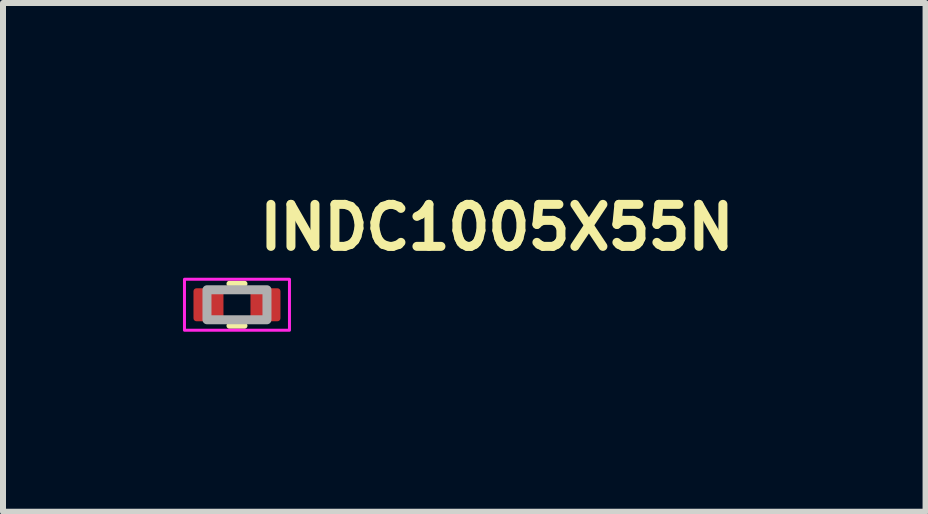
<source format=kicad_pcb>
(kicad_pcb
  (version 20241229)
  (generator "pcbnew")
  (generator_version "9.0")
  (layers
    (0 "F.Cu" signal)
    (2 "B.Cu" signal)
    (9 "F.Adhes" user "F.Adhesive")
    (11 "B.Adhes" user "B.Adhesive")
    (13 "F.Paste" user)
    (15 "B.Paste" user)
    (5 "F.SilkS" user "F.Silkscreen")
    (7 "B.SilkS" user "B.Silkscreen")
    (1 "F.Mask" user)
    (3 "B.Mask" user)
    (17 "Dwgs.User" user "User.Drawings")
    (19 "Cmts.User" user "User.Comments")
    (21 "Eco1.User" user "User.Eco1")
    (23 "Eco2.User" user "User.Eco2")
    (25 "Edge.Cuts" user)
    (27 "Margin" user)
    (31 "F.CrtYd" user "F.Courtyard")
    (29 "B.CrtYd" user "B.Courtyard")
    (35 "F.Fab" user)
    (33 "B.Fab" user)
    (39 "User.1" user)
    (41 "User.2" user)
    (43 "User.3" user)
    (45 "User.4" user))
  (footprint "INDC1005X55N"
    (layer "F.Cu")
    (at 0.9 2.03)
    (property "Reference" "INDC1005X55N" (at 0.301 -0.88 0) (layer "F.SilkS") (effects (font (size 0.7 0.7) (thickness 0.15)) (justify left bottom)))
    (attr smd)
    (fp_line (start -0.125 -0.35) (end 0.125 -0.35) (stroke (width 0.1) (type solid)) (layer "F.SilkS"))
    (fp_line (start -0.125 0.35) (end 0.125 0.35) (stroke (width 0.1) (type solid)) (layer "F.SilkS"))
    (fp_rect (start -0.875 -0.425) (end 0.875 0.425) (stroke (width 0.05) (type solid)) (fill no) (layer "F.CrtYd"))
    (fp_rect (start -0.5 -0.25) (end 0.5 0.25) (stroke (width 0.15) (type solid)) (fill no) (layer "F.Fab"))
    (fp_rect (start -0.5 -0.25) (end 0.5 0.25) (stroke (width 0.15) (type solid)) (fill no) (layer "User.5"))
    (fp_line (start 0 -0.245) (end -0.249 -0.245) (stroke (width 0.01) (type solid)) (layer "User.9"))
    (fp_line (start 0 0.245) (end -0.249 0.245) (stroke (width 0.01) (type solid)) (layer "User.9"))
    (fp_line (start 0.25 -0.245) (end 0 -0.245) (stroke (width 0.01) (type solid)) (layer "User.9"))
    (fp_line (start 0.25 0.245) (end 0 0.245) (stroke (width 0.01) (type solid)) (layer "User.9"))
    (fp_rect (start -0.499 -0.25) (end -0.249 0.25) (stroke (width 0.01) (type solid)) (fill no) (layer "User.9"))
    (fp_rect (start 0.25 -0.25) (end 0.5 0.25) (stroke (width 0.01) (type solid)) (fill no) (layer "User.9"))
    (pad "1" smd roundrect (at -0.475 0) (size 0.5 0.55) (layers "F.Cu" "F.Mask" "F.Paste") (roundrect_rratio 0.1))
    (pad "2" smd roundrect (at 0.475 0) (size 0.5 0.55) (layers "F.Cu" "F.Mask" "F.Paste") (roundrect_rratio 0.1)))
  (gr_rect
    (start -3 -3)
    (end 12.378 5.48)
    (stroke (width 0.1) (type default))
    (fill no)
    (layer "Edge.Cuts")))
</source>
